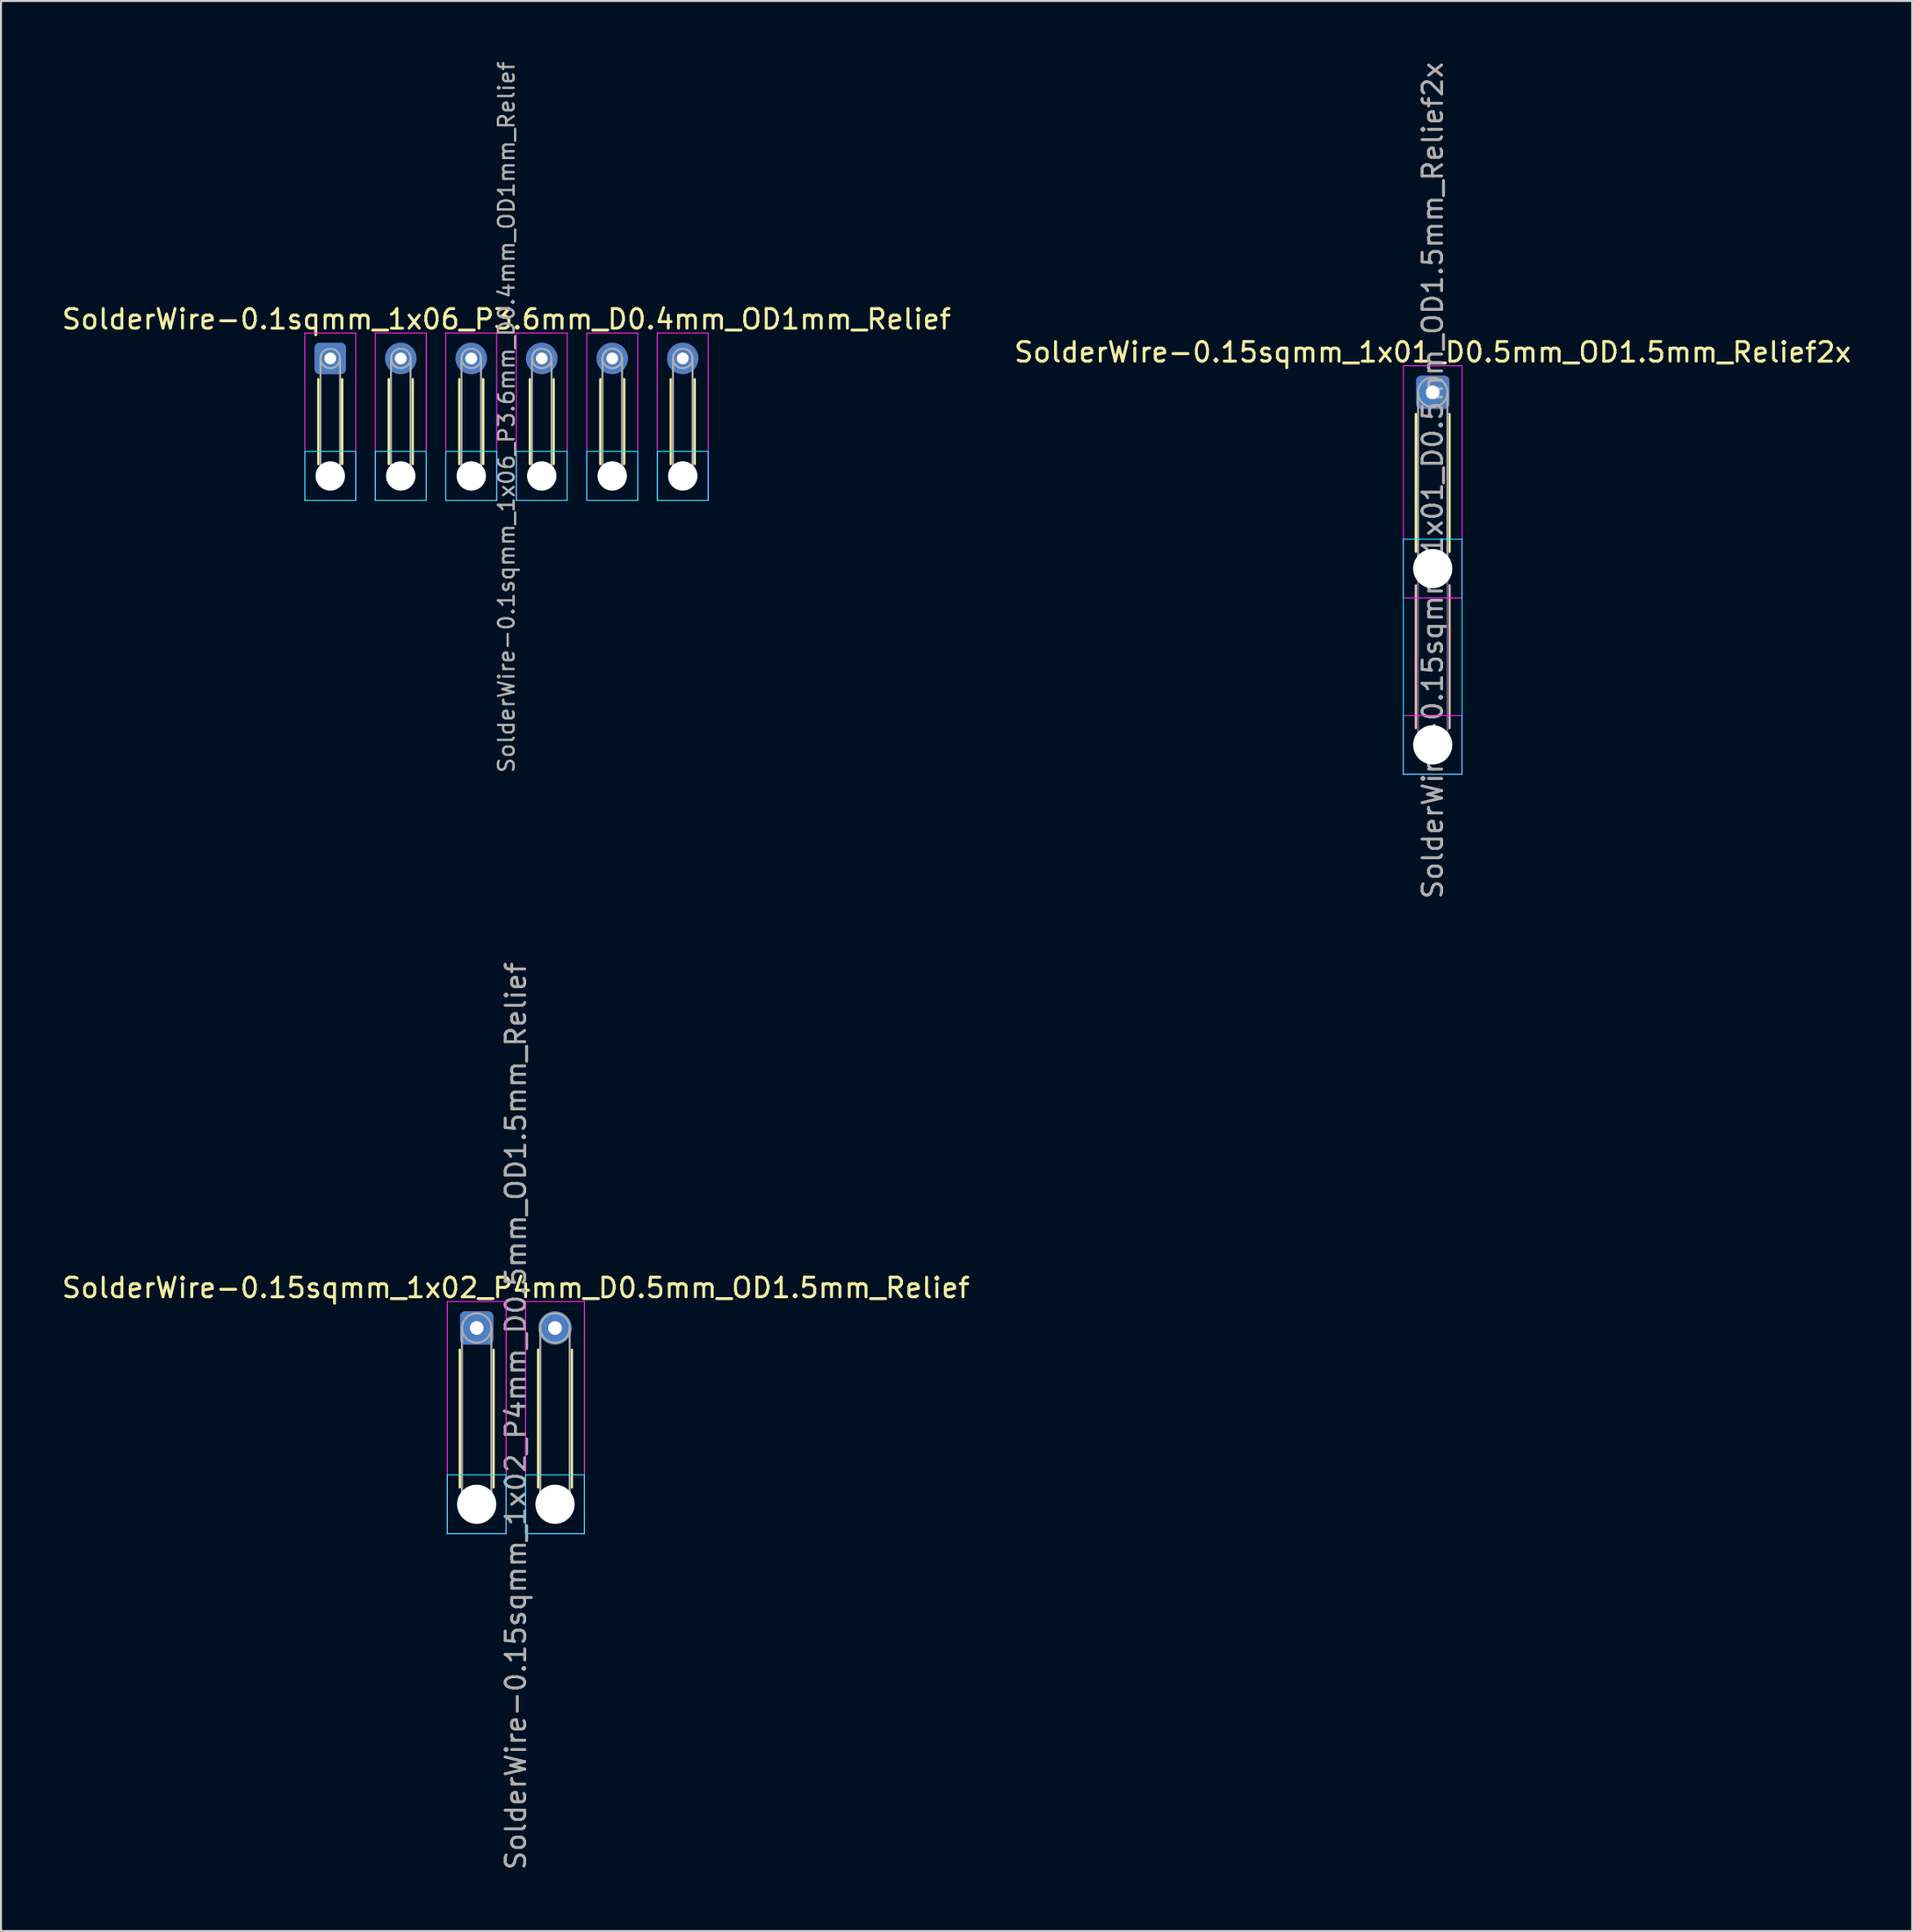
<source format=kicad_pcb>
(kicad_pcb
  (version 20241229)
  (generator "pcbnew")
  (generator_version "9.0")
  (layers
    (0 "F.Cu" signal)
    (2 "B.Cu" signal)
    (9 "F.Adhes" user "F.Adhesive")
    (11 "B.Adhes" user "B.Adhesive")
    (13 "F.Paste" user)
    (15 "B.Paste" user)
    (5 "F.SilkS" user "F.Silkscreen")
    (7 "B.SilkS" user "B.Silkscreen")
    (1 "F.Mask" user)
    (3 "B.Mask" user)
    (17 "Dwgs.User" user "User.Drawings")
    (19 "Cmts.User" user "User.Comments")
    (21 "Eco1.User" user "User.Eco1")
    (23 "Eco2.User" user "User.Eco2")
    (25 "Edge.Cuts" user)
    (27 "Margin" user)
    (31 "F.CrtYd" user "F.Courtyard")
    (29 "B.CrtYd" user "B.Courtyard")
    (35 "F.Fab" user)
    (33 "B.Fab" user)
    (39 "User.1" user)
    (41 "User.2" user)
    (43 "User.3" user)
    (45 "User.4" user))
  (footprint "SolderWire-0.1sqmm_1x06_P3.6mm_D0.4mm_OD1mm_Relief"
    (layer "F.Cu")
    (at 13.815 15.252)
    (property "Reference" "SolderWire-0.1sqmm_1x06_P3.6mm_D0.4mm_OD1mm_Relief" (at 9 -2 0) (layer "F.SilkS") (effects (font (size 1 1) (thickness 0.15))))
    (attr exclude_from_pos_files exclude_from_bom)
    (fp_line (start -0.61 1.06) (end -0.61 5.39) (stroke (width 0.12) (type solid)) (layer "F.SilkS"))
    (fp_line (start 0.61 1.06) (end 0.61 5.39) (stroke (width 0.12) (type solid)) (layer "F.SilkS"))
    (fp_line (start 2.99 1.06) (end 2.99 5.39) (stroke (width 0.12) (type solid)) (layer "F.SilkS"))
    (fp_line (start 4.21 1.06) (end 4.21 5.39) (stroke (width 0.12) (type solid)) (layer "F.SilkS"))
    (fp_line (start 6.59 1.06) (end 6.59 5.39) (stroke (width 0.12) (type solid)) (layer "F.SilkS"))
    (fp_line (start 7.81 1.06) (end 7.81 5.39) (stroke (width 0.12) (type solid)) (layer "F.SilkS"))
    (fp_line (start 10.19 1.06) (end 10.19 5.39) (stroke (width 0.12) (type solid)) (layer "F.SilkS"))
    (fp_line (start 11.41 1.06) (end 11.41 5.39) (stroke (width 0.12) (type solid)) (layer "F.SilkS"))
    (fp_line (start 13.79 1.06) (end 13.79 5.39) (stroke (width 0.12) (type solid)) (layer "F.SilkS"))
    (fp_line (start 15.01 1.06) (end 15.01 5.39) (stroke (width 0.12) (type solid)) (layer "F.SilkS"))
    (fp_line (start 17.39 1.06) (end 17.39 5.39) (stroke (width 0.12) (type solid)) (layer "F.SilkS"))
    (fp_line (start 18.61 1.06) (end 18.61 5.39) (stroke (width 0.12) (type solid)) (layer "F.SilkS"))
    (fp_line (start -1.3 4.75) (end -1.3 7.25) (stroke (width 0.05) (type solid)) (layer "B.CrtYd"))
    (fp_line (start -1.3 7.25) (end 1.3 7.25) (stroke (width 0.05) (type solid)) (layer "B.CrtYd"))
    (fp_line (start 1.3 4.75) (end -1.3 4.75) (stroke (width 0.05) (type solid)) (layer "B.CrtYd"))
    (fp_line (start 1.3 7.25) (end 1.3 4.75) (stroke (width 0.05) (type solid)) (layer "B.CrtYd"))
    (fp_line (start 2.3 4.75) (end 2.3 7.25) (stroke (width 0.05) (type solid)) (layer "B.CrtYd"))
    (fp_line (start 2.3 7.25) (end 4.9 7.25) (stroke (width 0.05) (type solid)) (layer "B.CrtYd"))
    (fp_line (start 4.9 4.75) (end 2.3 4.75) (stroke (width 0.05) (type solid)) (layer "B.CrtYd"))
    (fp_line (start 4.9 7.25) (end 4.9 4.75) (stroke (width 0.05) (type solid)) (layer "B.CrtYd"))
    (fp_line (start 5.9 4.75) (end 5.9 7.25) (stroke (width 0.05) (type solid)) (layer "B.CrtYd"))
    (fp_line (start 5.9 7.25) (end 8.5 7.25) (stroke (width 0.05) (type solid)) (layer "B.CrtYd"))
    (fp_line (start 8.5 4.75) (end 5.9 4.75) (stroke (width 0.05) (type solid)) (layer "B.CrtYd"))
    (fp_line (start 8.5 7.25) (end 8.5 4.75) (stroke (width 0.05) (type solid)) (layer "B.CrtYd"))
    (fp_line (start 9.5 4.75) (end 9.5 7.25) (stroke (width 0.05) (type solid)) (layer "B.CrtYd"))
    (fp_line (start 9.5 7.25) (end 12.1 7.25) (stroke (width 0.05) (type solid)) (layer "B.CrtYd"))
    (fp_line (start 12.1 4.75) (end 9.5 4.75) (stroke (width 0.05) (type solid)) (layer "B.CrtYd"))
    (fp_line (start 12.1 7.25) (end 12.1 4.75) (stroke (width 0.05) (type solid)) (layer "B.CrtYd"))
    (fp_line (start 13.1 4.75) (end 13.1 7.25) (stroke (width 0.05) (type solid)) (layer "B.CrtYd"))
    (fp_line (start 13.1 7.25) (end 15.7 7.25) (stroke (width 0.05) (type solid)) (layer "B.CrtYd"))
    (fp_line (start 15.7 4.75) (end 13.1 4.75) (stroke (width 0.05) (type solid)) (layer "B.CrtYd"))
    (fp_line (start 15.7 7.25) (end 15.7 4.75) (stroke (width 0.05) (type solid)) (layer "B.CrtYd"))
    (fp_line (start 16.7 4.75) (end 16.7 7.25) (stroke (width 0.05) (type solid)) (layer "B.CrtYd"))
    (fp_line (start 16.7 7.25) (end 19.3 7.25) (stroke (width 0.05) (type solid)) (layer "B.CrtYd"))
    (fp_line (start 19.3 4.75) (end 16.7 4.75) (stroke (width 0.05) (type solid)) (layer "B.CrtYd"))
    (fp_line (start 19.3 7.25) (end 19.3 4.75) (stroke (width 0.05) (type solid)) (layer "B.CrtYd"))
    (fp_line (start -1.3 -1.3) (end -1.3 7.25) (stroke (width 0.05) (type solid)) (layer "F.CrtYd"))
    (fp_line (start -1.3 7.25) (end 1.3 7.25) (stroke (width 0.05) (type solid)) (layer "F.CrtYd"))
    (fp_line (start 1.3 -1.3) (end -1.3 -1.3) (stroke (width 0.05) (type solid)) (layer "F.CrtYd"))
    (fp_line (start 1.3 7.25) (end 1.3 -1.3) (stroke (width 0.05) (type solid)) (layer "F.CrtYd"))
    (fp_line (start 2.3 -1.3) (end 2.3 7.25) (stroke (width 0.05) (type solid)) (layer "F.CrtYd"))
    (fp_line (start 2.3 7.25) (end 4.9 7.25) (stroke (width 0.05) (type solid)) (layer "F.CrtYd"))
    (fp_line (start 4.9 -1.3) (end 2.3 -1.3) (stroke (width 0.05) (type solid)) (layer "F.CrtYd"))
    (fp_line (start 4.9 7.25) (end 4.9 -1.3) (stroke (width 0.05) (type solid)) (layer "F.CrtYd"))
    (fp_line (start 5.9 -1.3) (end 5.9 7.25) (stroke (width 0.05) (type solid)) (layer "F.CrtYd"))
    (fp_line (start 5.9 7.25) (end 8.5 7.25) (stroke (width 0.05) (type solid)) (layer "F.CrtYd"))
    (fp_line (start 8.5 -1.3) (end 5.9 -1.3) (stroke (width 0.05) (type solid)) (layer "F.CrtYd"))
    (fp_line (start 8.5 7.25) (end 8.5 -1.3) (stroke (width 0.05) (type solid)) (layer "F.CrtYd"))
    (fp_line (start 9.5 -1.3) (end 9.5 7.25) (stroke (width 0.05) (type solid)) (layer "F.CrtYd"))
    (fp_line (start 9.5 7.25) (end 12.1 7.25) (stroke (width 0.05) (type solid)) (layer "F.CrtYd"))
    (fp_line (start 12.1 -1.3) (end 9.5 -1.3) (stroke (width 0.05) (type solid)) (layer "F.CrtYd"))
    (fp_line (start 12.1 7.25) (end 12.1 -1.3) (stroke (width 0.05) (type solid)) (layer "F.CrtYd"))
    (fp_line (start 13.1 -1.3) (end 13.1 7.25) (stroke (width 0.05) (type solid)) (layer "F.CrtYd"))
    (fp_line (start 13.1 7.25) (end 15.7 7.25) (stroke (width 0.05) (type solid)) (layer "F.CrtYd"))
    (fp_line (start 15.7 -1.3) (end 13.1 -1.3) (stroke (width 0.05) (type solid)) (layer "F.CrtYd"))
    (fp_line (start 15.7 7.25) (end 15.7 -1.3) (stroke (width 0.05) (type solid)) (layer "F.CrtYd"))
    (fp_line (start 16.7 -1.3) (end 16.7 7.25) (stroke (width 0.05) (type solid)) (layer "F.CrtYd"))
    (fp_line (start 16.7 7.25) (end 19.3 7.25) (stroke (width 0.05) (type solid)) (layer "F.CrtYd"))
    (fp_line (start 19.3 -1.3) (end 16.7 -1.3) (stroke (width 0.05) (type solid)) (layer "F.CrtYd"))
    (fp_line (start 19.3 7.25) (end 19.3 -1.3) (stroke (width 0.05) (type solid)) (layer "F.CrtYd"))
    (fp_line (start -0.5 0) (end -0.5 6) (stroke (width 0.1) (type solid)) (layer "F.Fab"))
    (fp_line (start 0.5 0) (end 0.5 6) (stroke (width 0.1) (type solid)) (layer "F.Fab"))
    (fp_line (start 3.1 0) (end 3.1 6) (stroke (width 0.1) (type solid)) (layer "F.Fab"))
    (fp_line (start 4.1 0) (end 4.1 6) (stroke (width 0.1) (type solid)) (layer "F.Fab"))
    (fp_line (start 6.7 0) (end 6.7 6) (stroke (width 0.1) (type solid)) (layer "F.Fab"))
    (fp_line (start 7.7 0) (end 7.7 6) (stroke (width 0.1) (type solid)) (layer "F.Fab"))
    (fp_line (start 10.3 0) (end 10.3 6) (stroke (width 0.1) (type solid)) (layer "F.Fab"))
    (fp_line (start 11.3 0) (end 11.3 6) (stroke (width 0.1) (type solid)) (layer "F.Fab"))
    (fp_line (start 13.9 0) (end 13.9 6) (stroke (width 0.1) (type solid)) (layer "F.Fab"))
    (fp_line (start 14.9 0) (end 14.9 6) (stroke (width 0.1) (type solid)) (layer "F.Fab"))
    (fp_line (start 17.5 0) (end 17.5 6) (stroke (width 0.1) (type solid)) (layer "F.Fab"))
    (fp_line (start 18.5 0) (end 18.5 6) (stroke (width 0.1) (type solid)) (layer "F.Fab"))
    (fp_circle (center 0 0) (end 0.5 0) (stroke (width 0.1) (type solid)) (fill no) (layer "F.Fab"))
    (fp_circle (center 0 6) (end 0.5 6) (stroke (width 0.1) (type solid)) (fill no) (layer "F.Fab"))
    (fp_circle (center 3.6 0) (end 4.1 0) (stroke (width 0.1) (type solid)) (fill no) (layer "F.Fab"))
    (fp_circle (center 3.6 6) (end 4.1 6) (stroke (width 0.1) (type solid)) (fill no) (layer "F.Fab"))
    (fp_circle (center 7.2 0) (end 7.7 0) (stroke (width 0.1) (type solid)) (fill no) (layer "F.Fab"))
    (fp_circle (center 7.2 6) (end 7.7 6) (stroke (width 0.1) (type solid)) (fill no) (layer "F.Fab"))
    (fp_circle (center 10.8 0) (end 11.3 0) (stroke (width 0.1) (type solid)) (fill no) (layer "F.Fab"))
    (fp_circle (center 10.8 6) (end 11.3 6) (stroke (width 0.1) (type solid)) (fill no) (layer "F.Fab"))
    (fp_circle (center 14.4 0) (end 14.9 0) (stroke (width 0.1) (type solid)) (fill no) (layer "F.Fab"))
    (fp_circle (center 14.4 6) (end 14.9 6) (stroke (width 0.1) (type solid)) (fill no) (layer "F.Fab"))
    (fp_circle (center 18 0) (end 18.5 0) (stroke (width 0.1) (type solid)) (fill no) (layer "F.Fab"))
    (fp_circle (center 18 6) (end 18.5 6) (stroke (width 0.1) (type solid)) (fill no) (layer "F.Fab"))
    (fp_text user "${REFERENCE}" (at 9 3 90) (layer "F.Fab") (effects (font (size 0.8 0.8) (thickness 0.12))))
    (pad "" np_thru_hole circle (at 0 6) (size 1.5 1.5) (drill 1.5) (layers "*.Cu" "*.Mask"))
    (pad "" np_thru_hole circle (at 3.6 6) (size 1.5 1.5) (drill 1.5) (layers "*.Cu" "*.Mask"))
    (pad "" np_thru_hole circle (at 7.2 6) (size 1.5 1.5) (drill 1.5) (layers "*.Cu" "*.Mask"))
    (pad "" np_thru_hole circle (at 10.8 6) (size 1.5 1.5) (drill 1.5) (layers "*.Cu" "*.Mask"))
    (pad "" np_thru_hole circle (at 14.4 6) (size 1.5 1.5) (drill 1.5) (layers "*.Cu" "*.Mask"))
    (pad "" np_thru_hole circle (at 18 6) (size 1.5 1.5) (drill 1.5) (layers "*.Cu" "*.Mask"))
    (pad "1" thru_hole roundrect (at 0 0) (size 1.6 1.6) (drill 0.6) (layers "*.Cu" "*.Mask") (roundrect_rratio 0.156))
    (pad "2" thru_hole circle (at 3.6 0) (size 1.6 1.6) (drill 0.6) (layers "*.Cu" "*.Mask"))
    (pad "3" thru_hole circle (at 7.2 0) (size 1.6 1.6) (drill 0.6) (layers "*.Cu" "*.Mask"))
    (pad "4" thru_hole circle (at 10.8 0) (size 1.6 1.6) (drill 0.6) (layers "*.Cu" "*.Mask"))
    (pad "5" thru_hole circle (at 14.4 0) (size 1.6 1.6) (drill 0.6) (layers "*.Cu" "*.Mask"))
    (pad "6" thru_hole circle (at 18 0) (size 1.6 1.6) (drill 0.6) (layers "*.Cu" "*.Mask")))
  (footprint "SolderWire-0.15sqmm_1x02_P4mm_D0.5mm_OD1.5mm_Relief"
    (layer "F.Cu")
    (at 21.292 64.756)
    (property "Reference" "SolderWire-0.15sqmm_1x02_P4mm_D0.5mm_OD1.5mm_Relief" (at 2 -2.05 0) (layer "F.SilkS") (effects (font (size 1 1) (thickness 0.15))))
    (attr exclude_from_pos_files exclude_from_bom)
    (fp_line (start -0.86 1.11) (end -0.86 8.14) (stroke (width 0.12) (type solid)) (layer "F.SilkS"))
    (fp_line (start 0.86 1.11) (end 0.86 8.14) (stroke (width 0.12) (type solid)) (layer "F.SilkS"))
    (fp_line (start 3.14 1.11) (end 3.14 8.14) (stroke (width 0.12) (type solid)) (layer "F.SilkS"))
    (fp_line (start 4.86 1.11) (end 4.86 8.14) (stroke (width 0.12) (type solid)) (layer "F.SilkS"))
    (fp_line (start -1.5 7.5) (end -1.5 10.5) (stroke (width 0.05) (type solid)) (layer "B.CrtYd"))
    (fp_line (start -1.5 10.5) (end 1.5 10.5) (stroke (width 0.05) (type solid)) (layer "B.CrtYd"))
    (fp_line (start 1.5 7.5) (end -1.5 7.5) (stroke (width 0.05) (type solid)) (layer "B.CrtYd"))
    (fp_line (start 1.5 10.5) (end 1.5 7.5) (stroke (width 0.05) (type solid)) (layer "B.CrtYd"))
    (fp_line (start 2.5 7.5) (end 2.5 10.5) (stroke (width 0.05) (type solid)) (layer "B.CrtYd"))
    (fp_line (start 2.5 10.5) (end 5.5 10.5) (stroke (width 0.05) (type solid)) (layer "B.CrtYd"))
    (fp_line (start 5.5 7.5) (end 2.5 7.5) (stroke (width 0.05) (type solid)) (layer "B.CrtYd"))
    (fp_line (start 5.5 10.5) (end 5.5 7.5) (stroke (width 0.05) (type solid)) (layer "B.CrtYd"))
    (fp_line (start -1.5 -1.35) (end -1.5 10.5) (stroke (width 0.05) (type solid)) (layer "F.CrtYd"))
    (fp_line (start -1.5 10.5) (end 1.5 10.5) (stroke (width 0.05) (type solid)) (layer "F.CrtYd"))
    (fp_line (start 1.5 -1.35) (end -1.5 -1.35) (stroke (width 0.05) (type solid)) (layer "F.CrtYd"))
    (fp_line (start 1.5 10.5) (end 1.5 -1.35) (stroke (width 0.05) (type solid)) (layer "F.CrtYd"))
    (fp_line (start 2.5 -1.35) (end 2.5 10.5) (stroke (width 0.05) (type solid)) (layer "F.CrtYd"))
    (fp_line (start 2.5 10.5) (end 5.5 10.5) (stroke (width 0.05) (type solid)) (layer "F.CrtYd"))
    (fp_line (start 5.5 -1.35) (end 2.5 -1.35) (stroke (width 0.05) (type solid)) (layer "F.CrtYd"))
    (fp_line (start 5.5 10.5) (end 5.5 -1.35) (stroke (width 0.05) (type solid)) (layer "F.CrtYd"))
    (fp_line (start -0.75 0) (end -0.75 9) (stroke (width 0.1) (type solid)) (layer "F.Fab"))
    (fp_line (start 0.75 0) (end 0.75 9) (stroke (width 0.1) (type solid)) (layer "F.Fab"))
    (fp_line (start 3.25 0) (end 3.25 9) (stroke (width 0.1) (type solid)) (layer "F.Fab"))
    (fp_line (start 4.75 0) (end 4.75 9) (stroke (width 0.1) (type solid)) (layer "F.Fab"))
    (fp_circle (center 0 0) (end 0.75 0) (stroke (width 0.1) (type solid)) (fill no) (layer "F.Fab"))
    (fp_circle (center 0 9) (end 0.75 9) (stroke (width 0.1) (type solid)) (fill no) (layer "F.Fab"))
    (fp_circle (center 4 0) (end 4.75 0) (stroke (width 0.1) (type solid)) (fill no) (layer "F.Fab"))
    (fp_circle (center 4 9) (end 4.75 9) (stroke (width 0.1) (type solid)) (fill no) (layer "F.Fab"))
    (fp_text user "${REFERENCE}" (at 2 4.5 90) (layer "F.Fab") (effects (font (size 1 1) (thickness 0.15))))
    (pad "" np_thru_hole circle (at 0 9) (size 2 2) (drill 2) (layers "*.Cu" "*.Mask"))
    (pad "" np_thru_hole circle (at 4 9) (size 2 2) (drill 2) (layers "*.Cu" "*.Mask"))
    (pad "1" thru_hole roundrect (at 0 0) (size 1.7 1.7) (drill 0.7) (layers "*.Cu" "*.Mask") (roundrect_rratio 0.147))
    (pad "2" thru_hole circle (at 4 0) (size 1.7 1.7) (drill 0.7) (layers "*.Cu" "*.Mask")))
  (footprint "SolderWire-0.15sqmm_1x01_D0.5mm_OD1.5mm_Relief2x"
    (layer "F.Cu")
    (at 70.113 16.982)
    (property "Reference" "SolderWire-0.15sqmm_1x01_D0.5mm_OD1.5mm_Relief2x" (at 0 -2.05 0) (layer "F.SilkS") (effects (font (size 1 1) (thickness 0.15))))
    (attr exclude_from_pos_files exclude_from_bom)
    (fp_line (start -0.86 1.11) (end -0.86 8.14) (stroke (width 0.12) (type solid)) (layer "F.SilkS"))
    (fp_line (start 0.86 1.11) (end 0.86 8.14) (stroke (width 0.12) (type solid)) (layer "F.SilkS"))
    (fp_line (start -0.86 9.86) (end -0.86 17.14) (stroke (width 0.12) (type solid)) (layer "B.SilkS"))
    (fp_line (start 0.86 9.86) (end 0.86 17.14) (stroke (width 0.12) (type solid)) (layer "B.SilkS"))
    (fp_line (start -1.5 7.5) (end -1.5 19.5) (stroke (width 0.05) (type solid)) (layer "B.CrtYd"))
    (fp_line (start -1.5 19.5) (end 1.5 19.5) (stroke (width 0.05) (type solid)) (layer "B.CrtYd"))
    (fp_line (start 1.5 7.5) (end -1.5 7.5) (stroke (width 0.05) (type solid)) (layer "B.CrtYd"))
    (fp_line (start 1.5 19.5) (end 1.5 7.5) (stroke (width 0.05) (type solid)) (layer "B.CrtYd"))
    (fp_line (start -1.5 -1.35) (end -1.5 10.5) (stroke (width 0.05) (type solid)) (layer "F.CrtYd"))
    (fp_line (start -1.5 10.5) (end 1.5 10.5) (stroke (width 0.05) (type solid)) (layer "F.CrtYd"))
    (fp_line (start -1.5 16.5) (end -1.5 19.5) (stroke (width 0.05) (type solid)) (layer "F.CrtYd"))
    (fp_line (start -1.5 19.5) (end 1.5 19.5) (stroke (width 0.05) (type solid)) (layer "F.CrtYd"))
    (fp_line (start 1.5 -1.35) (end -1.5 -1.35) (stroke (width 0.05) (type solid)) (layer "F.CrtYd"))
    (fp_line (start 1.5 10.5) (end 1.5 -1.35) (stroke (width 0.05) (type solid)) (layer "F.CrtYd"))
    (fp_line (start 1.5 16.5) (end -1.5 16.5) (stroke (width 0.05) (type solid)) (layer "F.CrtYd"))
    (fp_line (start 1.5 19.5) (end 1.5 16.5) (stroke (width 0.05) (type solid)) (layer "F.CrtYd"))
    (fp_line (start -0.75 9) (end -0.75 18) (stroke (width 0.1) (type solid)) (layer "B.Fab"))
    (fp_line (start 0.75 9) (end 0.75 18) (stroke (width 0.1) (type solid)) (layer "B.Fab"))
    (fp_circle (center 0 9) (end 0.75 9) (stroke (width 0.1) (type solid)) (fill no) (layer "B.Fab"))
    (fp_circle (center 0 18) (end 0.75 18) (stroke (width 0.1) (type solid)) (fill no) (layer "B.Fab"))
    (fp_line (start -0.75 0) (end -0.75 9) (stroke (width 0.1) (type solid)) (layer "F.Fab"))
    (fp_line (start 0.75 0) (end 0.75 9) (stroke (width 0.1) (type solid)) (layer "F.Fab"))
    (fp_circle (center 0 0) (end 0.75 0) (stroke (width 0.1) (type solid)) (fill no) (layer "F.Fab"))
    (fp_circle (center 0 9) (end 0.75 9) (stroke (width 0.1) (type solid)) (fill no) (layer "F.Fab"))
    (fp_circle (center 0 18) (end 0.75 18) (stroke (width 0.1) (type solid)) (fill no) (layer "F.Fab"))
    (fp_text user "${REFERENCE}" (at 0 4.5 90) (layer "F.Fab") (effects (font (size 1 1) (thickness 0.15))))
    (pad "" np_thru_hole circle (at 0 9) (size 2 2) (drill 2) (layers "*.Cu" "*.Mask"))
    (pad "" np_thru_hole circle (at 0 18) (size 2 2) (drill 2) (layers "*.Cu" "*.Mask"))
    (pad "1" thru_hole roundrect (at 0 0) (size 1.7 1.7) (drill 0.7) (layers "*.Cu" "*.Mask") (roundrect_rratio 0.147)))
  (gr_rect
    (start -3 -3)
    (end 94.595 95.548)
    (stroke (width 0.1) (type default))
    (fill no)
    (layer "Edge.Cuts")))
</source>
